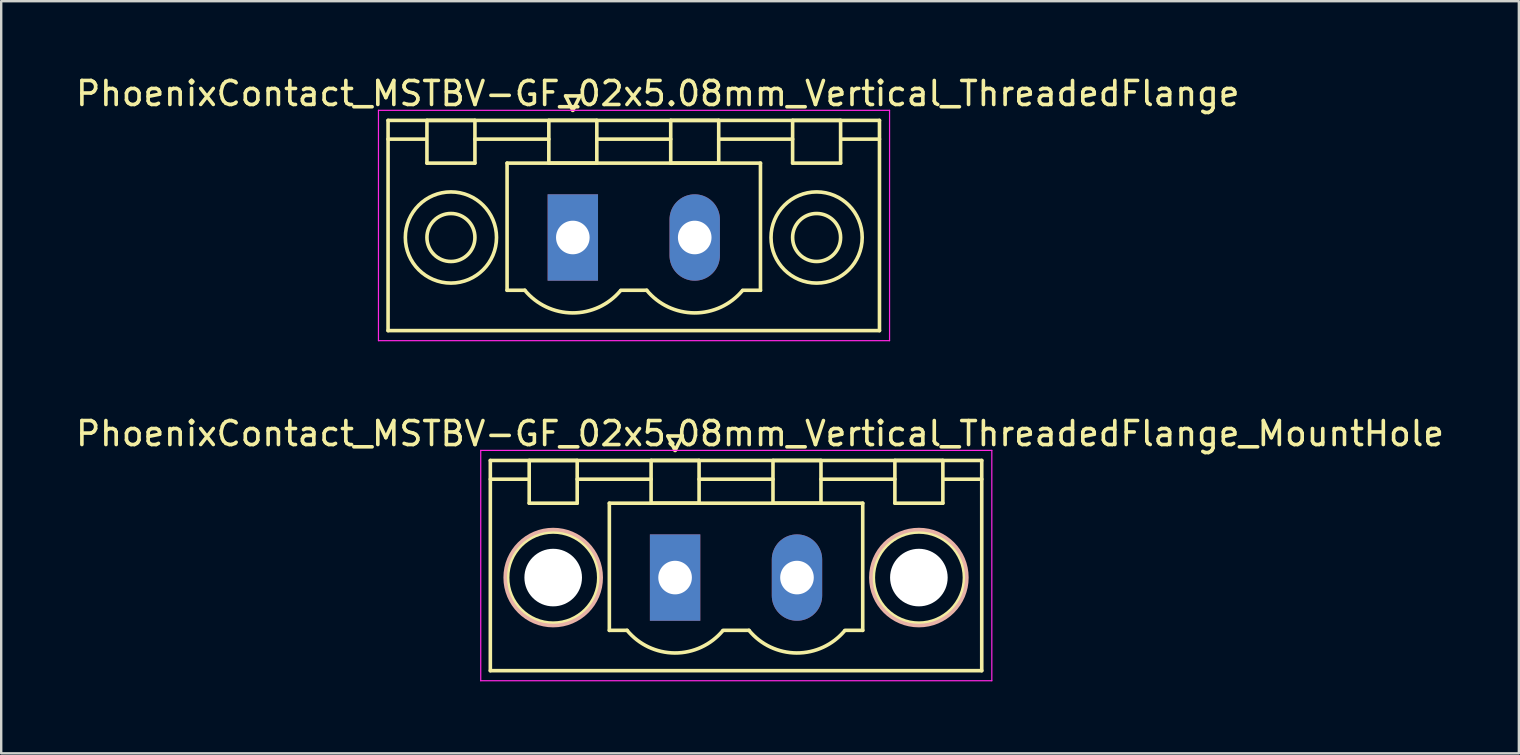
<source format=kicad_pcb>
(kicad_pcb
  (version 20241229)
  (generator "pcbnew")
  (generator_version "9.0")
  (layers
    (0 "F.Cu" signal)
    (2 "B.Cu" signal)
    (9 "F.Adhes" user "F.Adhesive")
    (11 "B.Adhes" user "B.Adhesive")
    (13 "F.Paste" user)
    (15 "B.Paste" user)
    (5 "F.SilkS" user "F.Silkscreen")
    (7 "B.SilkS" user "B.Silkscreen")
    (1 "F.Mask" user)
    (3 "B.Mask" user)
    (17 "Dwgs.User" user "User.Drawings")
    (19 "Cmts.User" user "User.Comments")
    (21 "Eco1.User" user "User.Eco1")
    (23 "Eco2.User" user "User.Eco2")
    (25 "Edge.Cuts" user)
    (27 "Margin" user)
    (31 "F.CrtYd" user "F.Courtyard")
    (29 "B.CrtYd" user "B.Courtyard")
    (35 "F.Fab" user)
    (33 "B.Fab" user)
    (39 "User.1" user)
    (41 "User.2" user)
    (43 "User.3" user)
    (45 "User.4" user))
  (footprint "PhoenixContact_MSTBV-GF_02x5.08mm_Vertical_ThreadedFlange"
    (layer "F.Cu")
    (at 20.823 6.848)
    (property "Reference" "PhoenixContact_MSTBV-GF_02x5.08mm_Vertical_ThreadedFlange" (at 3.54 -6 0) (layer "F.SilkS") (effects (font (size 1 1) (thickness 0.15))))
    (attr through_hole)
    (fp_line (start -7.7 -4.88) (end -7.7 3.88) (stroke (width 0.15) (type solid)) (layer "F.SilkS"))
    (fp_line (start -7.7 -4.1) (end -6.16 -4.1) (stroke (width 0.15) (type solid)) (layer "F.SilkS"))
    (fp_line (start -7.7 3.88) (end 12.78 3.88) (stroke (width 0.15) (type solid)) (layer "F.SilkS"))
    (fp_line (start -6.08 -4.88) (end -4.08 -4.88) (stroke (width 0.15) (type solid)) (layer "F.SilkS"))
    (fp_line (start -6.08 -3.1) (end -6.08 -4.88) (stroke (width 0.15) (type solid)) (layer "F.SilkS"))
    (fp_line (start -4.08 -4.88) (end -4.08 -3.1) (stroke (width 0.15) (type solid)) (layer "F.SilkS"))
    (fp_line (start -4.08 -4.1) (end -1 -4.1) (stroke (width 0.15) (type solid)) (layer "F.SilkS"))
    (fp_line (start -4.08 -3.1) (end -6.08 -3.1) (stroke (width 0.15) (type solid)) (layer "F.SilkS"))
    (fp_line (start -2.74 -3.1) (end 7.82 -3.1) (stroke (width 0.15) (type solid)) (layer "F.SilkS"))
    (fp_line (start -2.74 2.2) (end -2.74 -3.1) (stroke (width 0.15) (type solid)) (layer "F.SilkS"))
    (fp_line (start -2 2.2) (end -2.74 2.2) (stroke (width 0.15) (type solid)) (layer "F.SilkS"))
    (fp_line (start -1 -4.88) (end 1 -4.88) (stroke (width 0.15) (type solid)) (layer "F.SilkS"))
    (fp_line (start -1 -3.1) (end -1 -4.88) (stroke (width 0.15) (type solid)) (layer "F.SilkS"))
    (fp_line (start -0.3 -5.9) (end 0 -5.3) (stroke (width 0.15) (type solid)) (layer "F.SilkS"))
    (fp_line (start 0 -5.3) (end 0.3 -5.9) (stroke (width 0.15) (type solid)) (layer "F.SilkS"))
    (fp_line (start 0.3 -5.9) (end -0.3 -5.9) (stroke (width 0.15) (type solid)) (layer "F.SilkS"))
    (fp_line (start 1 -4.88) (end 1 -3.1) (stroke (width 0.15) (type solid)) (layer "F.SilkS"))
    (fp_line (start 1 -4.1) (end 4.08 -4.1) (stroke (width 0.15) (type solid)) (layer "F.SilkS"))
    (fp_line (start 1 -3.1) (end -1 -3.1) (stroke (width 0.15) (type solid)) (layer "F.SilkS"))
    (fp_line (start 2 2.2) (end 3.08 2.2) (stroke (width 0.15) (type solid)) (layer "F.SilkS"))
    (fp_line (start 4.08 -4.88) (end 6.08 -4.88) (stroke (width 0.15) (type solid)) (layer "F.SilkS"))
    (fp_line (start 4.08 -3.1) (end 4.08 -4.88) (stroke (width 0.15) (type solid)) (layer "F.SilkS"))
    (fp_line (start 6.08 -4.88) (end 6.08 -3.1) (stroke (width 0.15) (type solid)) (layer "F.SilkS"))
    (fp_line (start 6.08 -4.1) (end 9.16 -4.1) (stroke (width 0.15) (type solid)) (layer "F.SilkS"))
    (fp_line (start 6.08 -3.1) (end 4.08 -3.1) (stroke (width 0.15) (type solid)) (layer "F.SilkS"))
    (fp_line (start 7.82 -3.1) (end 7.82 2.2) (stroke (width 0.15) (type solid)) (layer "F.SilkS"))
    (fp_line (start 7.82 2.2) (end 7.08 2.2) (stroke (width 0.15) (type solid)) (layer "F.SilkS"))
    (fp_line (start 9.16 -4.88) (end 11.16 -4.88) (stroke (width 0.15) (type solid)) (layer "F.SilkS"))
    (fp_line (start 9.16 -3.1) (end 9.16 -4.88) (stroke (width 0.15) (type solid)) (layer "F.SilkS"))
    (fp_line (start 11.16 -4.88) (end 11.16 -3.1) (stroke (width 0.15) (type solid)) (layer "F.SilkS"))
    (fp_line (start 11.16 -3.1) (end 9.16 -3.1) (stroke (width 0.15) (type solid)) (layer "F.SilkS"))
    (fp_line (start 12.78 -4.88) (end -7.7 -4.88) (stroke (width 0.15) (type solid)) (layer "F.SilkS"))
    (fp_line (start 12.78 -4.1) (end 11.24 -4.1) (stroke (width 0.15) (type solid)) (layer "F.SilkS"))
    (fp_line (start 12.78 3.88) (end 12.78 -4.88) (stroke (width 0.15) (type solid)) (layer "F.SilkS"))
    (fp_arc (start 1.986842 2.215821) (mid -0.010289 3.142758) (end -2 2.2) (stroke (width 0.15) (type solid)) (layer "F.SilkS"))
    (fp_arc (start 7.066842 2.215821) (mid 5.069711 3.142758) (end 3.08 2.2) (stroke (width 0.15) (type solid)) (layer "F.SilkS"))
    (fp_circle (center -5.08 0) (end -4.08 0) (stroke (width 0.15) (type solid)) (fill no) (layer "F.SilkS"))
    (fp_circle (center -5.08 0) (end -3.18 0) (stroke (width 0.15) (type solid)) (fill no) (layer "F.SilkS"))
    (fp_circle (center 10.16 0) (end 11.16 0) (stroke (width 0.15) (type solid)) (fill no) (layer "F.SilkS"))
    (fp_circle (center 10.16 0) (end 12.06 0) (stroke (width 0.15) (type solid)) (fill no) (layer "F.SilkS"))
    (fp_line (start -8.1 -5.3) (end -8.1 4.3) (stroke (width 0.05) (type solid)) (layer "F.CrtYd"))
    (fp_line (start -8.1 4.3) (end 13.2 4.3) (stroke (width 0.05) (type solid)) (layer "F.CrtYd"))
    (fp_line (start 13.2 -5.3) (end -8.1 -5.3) (stroke (width 0.05) (type solid)) (layer "F.CrtYd"))
    (fp_line (start 13.2 4.3) (end 13.2 -5.3) (stroke (width 0.05) (type solid)) (layer "F.CrtYd"))
    (pad "1" thru_hole rect (at 0 0) (size 2.1 3.6) (drill 1.4) (layers "*.Cu" "*.Mask"))
    (pad "2" thru_hole oval (at 5.08 0) (size 2.1 3.6) (drill 1.4) (layers "*.Cu" "*.Mask")))
  (footprint "PhoenixContact_MSTBV-GF_02x5.08mm_Vertical_ThreadedFlange_MountHole"
    (layer "F.Cu")
    (at 25.085 21.021)
    (property "Reference" "PhoenixContact_MSTBV-GF_02x5.08mm_Vertical_ThreadedFlange_MountHole" (at 3.54 -6 0) (layer "F.SilkS") (effects (font (size 1 1) (thickness 0.15))))
    (attr through_hole)
    (fp_line (start -7.7 -4.88) (end -7.7 3.88) (stroke (width 0.15) (type solid)) (layer "F.SilkS"))
    (fp_line (start -7.7 -4.1) (end -6.16 -4.1) (stroke (width 0.15) (type solid)) (layer "F.SilkS"))
    (fp_line (start -7.7 3.88) (end 12.78 3.88) (stroke (width 0.15) (type solid)) (layer "F.SilkS"))
    (fp_line (start -6.08 -4.88) (end -4.08 -4.88) (stroke (width 0.15) (type solid)) (layer "F.SilkS"))
    (fp_line (start -6.08 -3.1) (end -6.08 -4.88) (stroke (width 0.15) (type solid)) (layer "F.SilkS"))
    (fp_line (start -4.08 -4.88) (end -4.08 -3.1) (stroke (width 0.15) (type solid)) (layer "F.SilkS"))
    (fp_line (start -4.08 -4.1) (end -1 -4.1) (stroke (width 0.15) (type solid)) (layer "F.SilkS"))
    (fp_line (start -4.08 -3.1) (end -6.08 -3.1) (stroke (width 0.15) (type solid)) (layer "F.SilkS"))
    (fp_line (start -2.74 -3.1) (end 7.82 -3.1) (stroke (width 0.15) (type solid)) (layer "F.SilkS"))
    (fp_line (start -2.74 2.2) (end -2.74 -3.1) (stroke (width 0.15) (type solid)) (layer "F.SilkS"))
    (fp_line (start -2 2.2) (end -2.74 2.2) (stroke (width 0.15) (type solid)) (layer "F.SilkS"))
    (fp_line (start -1 -4.88) (end 1 -4.88) (stroke (width 0.15) (type solid)) (layer "F.SilkS"))
    (fp_line (start -1 -3.1) (end -1 -4.88) (stroke (width 0.15) (type solid)) (layer "F.SilkS"))
    (fp_line (start -0.3 -5.9) (end 0 -5.3) (stroke (width 0.15) (type solid)) (layer "F.SilkS"))
    (fp_line (start 0 -5.3) (end 0.3 -5.9) (stroke (width 0.15) (type solid)) (layer "F.SilkS"))
    (fp_line (start 0.3 -5.9) (end -0.3 -5.9) (stroke (width 0.15) (type solid)) (layer "F.SilkS"))
    (fp_line (start 1 -4.88) (end 1 -3.1) (stroke (width 0.15) (type solid)) (layer "F.SilkS"))
    (fp_line (start 1 -4.1) (end 4.08 -4.1) (stroke (width 0.15) (type solid)) (layer "F.SilkS"))
    (fp_line (start 1 -3.1) (end -1 -3.1) (stroke (width 0.15) (type solid)) (layer "F.SilkS"))
    (fp_line (start 2 2.2) (end 3.08 2.2) (stroke (width 0.15) (type solid)) (layer "F.SilkS"))
    (fp_line (start 4.08 -4.88) (end 6.08 -4.88) (stroke (width 0.15) (type solid)) (layer "F.SilkS"))
    (fp_line (start 4.08 -3.1) (end 4.08 -4.88) (stroke (width 0.15) (type solid)) (layer "F.SilkS"))
    (fp_line (start 6.08 -4.88) (end 6.08 -3.1) (stroke (width 0.15) (type solid)) (layer "F.SilkS"))
    (fp_line (start 6.08 -4.1) (end 9.16 -4.1) (stroke (width 0.15) (type solid)) (layer "F.SilkS"))
    (fp_line (start 6.08 -3.1) (end 4.08 -3.1) (stroke (width 0.15) (type solid)) (layer "F.SilkS"))
    (fp_line (start 7.82 -3.1) (end 7.82 2.2) (stroke (width 0.15) (type solid)) (layer "F.SilkS"))
    (fp_line (start 7.82 2.2) (end 7.08 2.2) (stroke (width 0.15) (type solid)) (layer "F.SilkS"))
    (fp_line (start 9.16 -4.88) (end 11.16 -4.88) (stroke (width 0.15) (type solid)) (layer "F.SilkS"))
    (fp_line (start 9.16 -3.1) (end 9.16 -4.88) (stroke (width 0.15) (type solid)) (layer "F.SilkS"))
    (fp_line (start 11.16 -4.88) (end 11.16 -3.1) (stroke (width 0.15) (type solid)) (layer "F.SilkS"))
    (fp_line (start 11.16 -3.1) (end 9.16 -3.1) (stroke (width 0.15) (type solid)) (layer "F.SilkS"))
    (fp_line (start 12.78 -4.88) (end -7.7 -4.88) (stroke (width 0.15) (type solid)) (layer "F.SilkS"))
    (fp_line (start 12.78 -4.1) (end 11.24 -4.1) (stroke (width 0.15) (type solid)) (layer "F.SilkS"))
    (fp_line (start 12.78 3.88) (end 12.78 -4.88) (stroke (width 0.15) (type solid)) (layer "F.SilkS"))
    (fp_arc (start 1.986842 2.215821) (mid -0.010289 3.142758) (end -2 2.2) (stroke (width 0.15) (type solid)) (layer "F.SilkS"))
    (fp_arc (start 7.066842 2.215821) (mid 5.069711 3.142758) (end 3.08 2.2) (stroke (width 0.15) (type solid)) (layer "F.SilkS"))
    (fp_circle (center -5.08 0) (end -3.18 0) (stroke (width 0.15) (type solid)) (fill no) (layer "F.SilkS"))
    (fp_circle (center 10.16 0) (end 12.06 0) (stroke (width 0.15) (type solid)) (fill no) (layer "F.SilkS"))
    (fp_circle (center -5.08 0) (end -3.08 0) (stroke (width 0.15) (type solid)) (fill no) (layer "B.SilkS"))
    (fp_circle (center 10.16 0) (end 12.16 0) (stroke (width 0.15) (type solid)) (fill no) (layer "B.SilkS"))
    (fp_line (start -8.1 -5.3) (end -8.1 4.3) (stroke (width 0.05) (type solid)) (layer "F.CrtYd"))
    (fp_line (start -8.1 4.3) (end 13.2 4.3) (stroke (width 0.05) (type solid)) (layer "F.CrtYd"))
    (fp_line (start 13.2 -5.3) (end -8.1 -5.3) (stroke (width 0.05) (type solid)) (layer "F.CrtYd"))
    (fp_line (start 13.2 4.3) (end 13.2 -5.3) (stroke (width 0.05) (type solid)) (layer "F.CrtYd"))
    (pad "" np_thru_hole circle (at -5.08 0) (size 2.4 2.4) (drill 2.4) (layers "*.Cu" "*.Mask"))
    (pad "" np_thru_hole circle (at 10.16 0) (size 2.4 2.4) (drill 2.4) (layers "*.Cu" "*.Mask"))
    (pad "1" thru_hole rect (at 0 0) (size 2.1 3.6) (drill 1.4) (layers "*.Cu" "*.Mask"))
    (pad "2" thru_hole oval (at 5.08 0) (size 2.1 3.6) (drill 1.4) (layers "*.Cu" "*.Mask")))
  (gr_rect
    (start -3 -3)
    (end 60.25 28.346)
    (stroke (width 0.1) (type default))
    (fill no)
    (layer "Edge.Cuts")))
</source>
